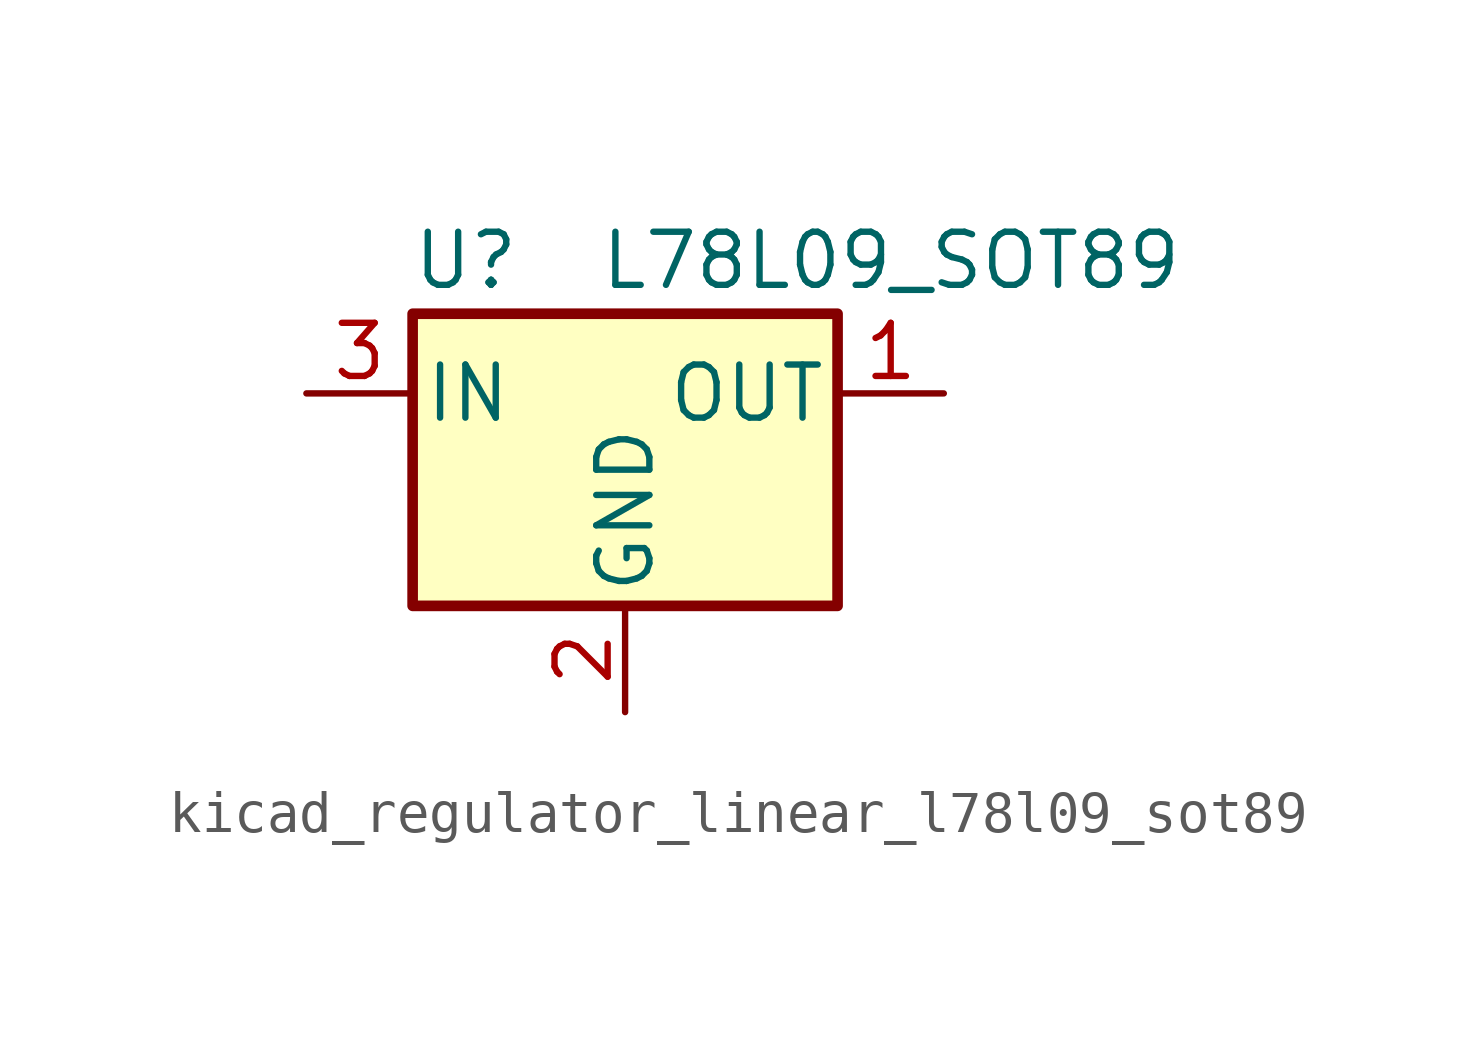
<source format=kicad_sym>
(kicad_symbol_lib
  (version 20220914)
  (generator kicad_symbol_editor)
  (symbol "kicad_regulator_linear_l78l09_sot89"
    (pin_names
      (offset 0.254))
    (property "Reference" "U"
      (at -3.81 3.175 0)
      (effects (font (size 1.27 1.27))))
    (property "Value" "L78L09_SOT89"
      (at -0.635 3.175 0)
      (effects (font (size 1.27 1.27)) (justify left)))
    (symbol "kicad_regulator_linear_l78l09_sot89_0_1"
      (rectangle (start -5.08 1.905) (end 5.08 -5.08) (stroke (width 0.254) (type default)) (fill (type background))))
    (symbol "kicad_regulator_linear_l78l09_sot89_1_1"
      (pin power_out line (at 7.62 0 180) (length 2.54) (name "OUT" (effects (font (size 1.27 1.27)))) (number "1" (effects (font (size 1.27 1.27)))))
      (pin power_in line (at 0 -7.62 90) (length 2.54) (name "GND" (effects (font (size 1.27 1.27)))) (number "2" (effects (font (size 1.27 1.27)))))
      (pin power_in line (at -7.62 0 0) (length 2.54) (name "IN" (effects (font (size 1.27 1.27)))) (number "3" (effects (font (size 1.27 1.27))))))))
</source>
